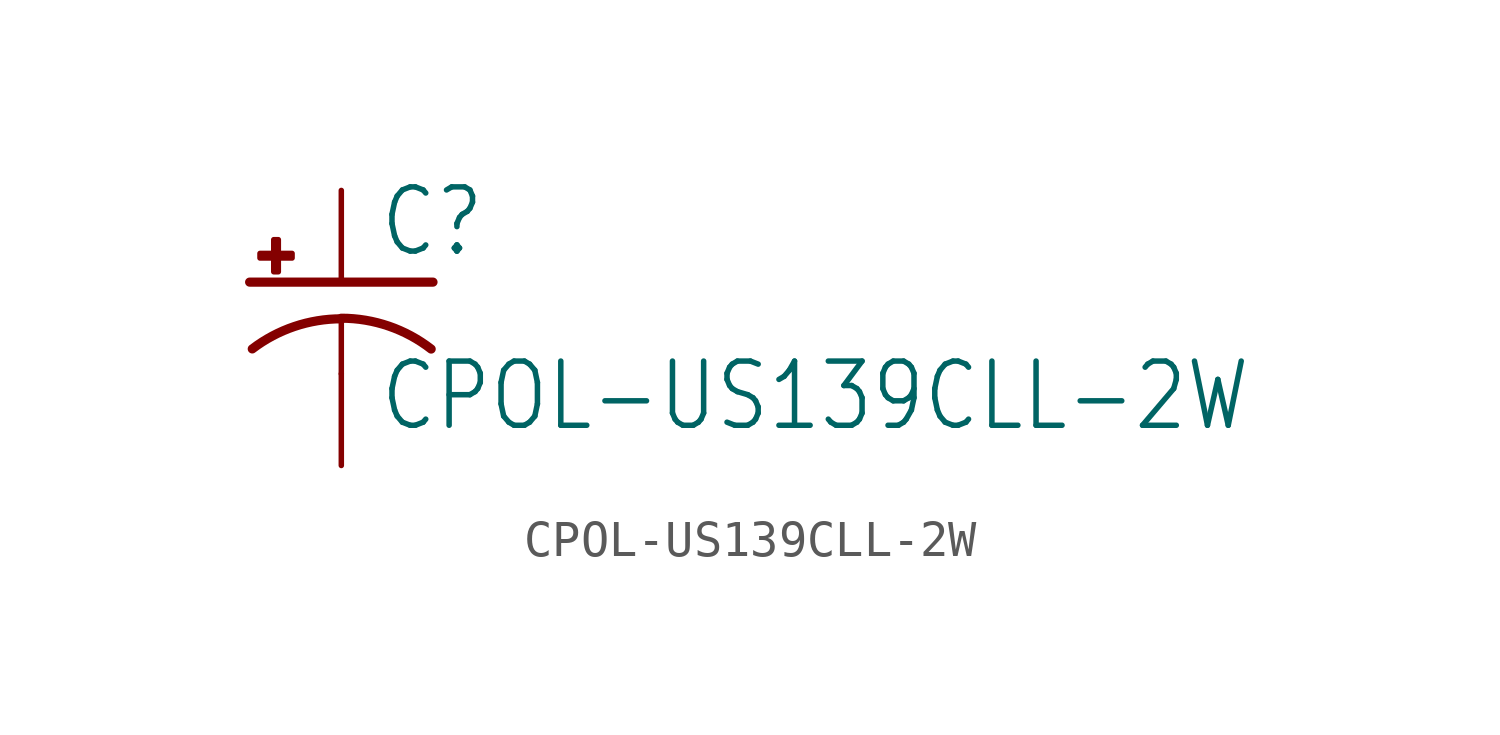
<source format=kicad_sym>
(kicad_symbol_lib
  (version 20220331)
  (generator kicad_symbol_editor)
  (symbol "CPOL-US139CLL-2W"
    (property "Reference" "C"
      (at 1.016 0.635 0)
      (effects (font (size 1.778 1.511)) (justify left bottom)))
    (property "Value" "CPOL-US139CLL-2W"
      (at 1.016 -4.191 0)
      (effects (font (size 1.778 1.511)) (justify left bottom)))
    (property "ki_locked" ""
      (at 0 0 0)
      (effects (font (size 1.27 1.27))))
    (symbol "CPOL-US139CLL-2W_1_0"
      (rectangle (start -2.253 0.668) (end -1.364 0.795) (stroke (width 0) (type default)) (fill (type outline)))
      (rectangle (start -1.872 0.287) (end -1.745 1.176) (stroke (width 0) (type default)) (fill (type outline)))
      (arc (start 0 -1.0161) (mid -1.3021 -1.2302) (end -2.4669 -1.8504) (stroke (width 0.254) (type solid)) (fill (type none)))
      (polyline (pts (xy -2.54 0) (xy 2.54 0)) (stroke (width 0.254) (type solid)) (fill (type none)))
      (polyline (pts (xy 0 -1.016) (xy 0 -2.54)) (stroke (width 0.152) (type solid)) (fill (type none)))
      (arc (start 2.4892 -1.8542) (mid 1.3158 -1.2195) (end 0 -1) (stroke (width 0.254) (type solid)) (fill (type none)))
      (pin passive line (at 0 2.54 270) (length 2.54) (name "+" (effects (font (size 0 0)))) (number "+" (effects (font (size 0 0)))))
      (pin passive line (at 0 -5.08 90) (length 2.54) (name "-" (effects (font (size 0 0)))) (number "-" (effects (font (size 0 0))))))))
</source>
